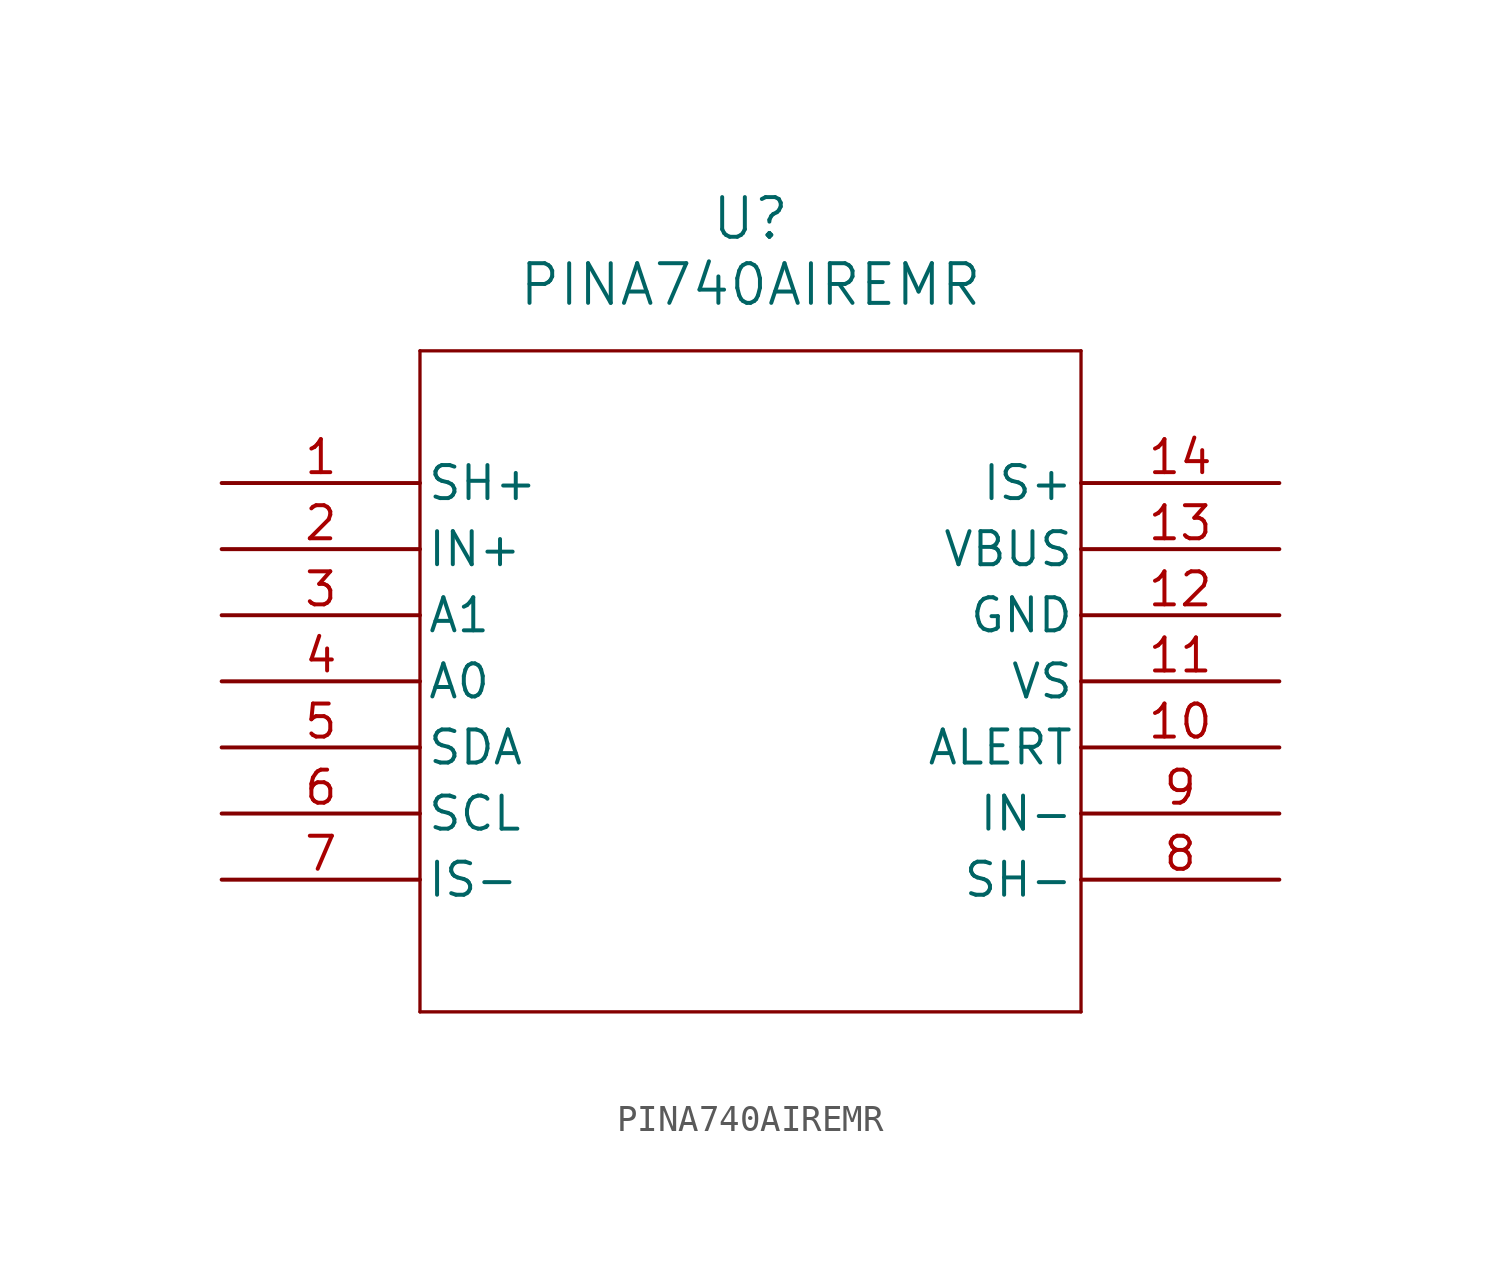
<source format=kicad_sym>
(kicad_symbol_lib
  (version 20211014)
  (generator kicad_symbol_editor)
  (symbol "PINA740AIREMR"
    (pin_names
      (offset 0.254))
    (property "Reference" "U"
      (at 20.32 10.16 0)
      (effects (font (size 1.524 1.524))))
    (property "Value" "PINA740AIREMR"
      (at 20.32 7.62 0)
      (effects (font (size 1.524 1.524))))
    (symbol "PINA740AIREMR_0_1"
      (polyline (pts (xy 7.62 5.08) (xy 7.62 -20.32)) (stroke (width 0.127) (type default) (color 0 0 0 0)) (fill (type none)))
      (polyline (pts (xy 7.62 -20.32) (xy 33.02 -20.32)) (stroke (width 0.127) (type default) (color 0 0 0 0)) (fill (type none)))
      (polyline (pts (xy 33.02 -20.32) (xy 33.02 5.08)) (stroke (width 0.127) (type default) (color 0 0 0 0)) (fill (type none)))
      (polyline (pts (xy 33.02 5.08) (xy 7.62 5.08)) (stroke (width 0.127) (type default) (color 0 0 0 0)) (fill (type none)))
      (pin output line (at 0 0 0) (length 7.62) (name "SH+" (effects (font (size 1.27 1.27)))) (number "1" (effects (font (size 1.27 1.27)))))
      (pin input line (at 0 -2.54 0) (length 7.62) (name "IN+" (effects (font (size 1.27 1.27)))) (number "2" (effects (font (size 1.27 1.27)))))
      (pin input line (at 0 -5.08 0) (length 7.62) (name "A1" (effects (font (size 1.27 1.27)))) (number "3" (effects (font (size 1.27 1.27)))))
      (pin input line (at 0 -7.62 0) (length 7.62) (name "A0" (effects (font (size 1.27 1.27)))) (number "4" (effects (font (size 1.27 1.27)))))
      (pin bidirectional line (at 0 -10.16 0) (length 7.62) (name "SDA" (effects (font (size 1.27 1.27)))) (number "5" (effects (font (size 1.27 1.27)))))
      (pin input line (at 0 -12.7 0) (length 7.62) (name "SCL" (effects (font (size 1.27 1.27)))) (number "6" (effects (font (size 1.27 1.27)))))
      (pin input line (at 0 -15.24 0) (length 7.62) (name "IS-" (effects (font (size 1.27 1.27)))) (number "7" (effects (font (size 1.27 1.27)))))
      (pin output line (at 40.64 -15.24 180) (length 7.62) (name "SH-" (effects (font (size 1.27 1.27)))) (number "8" (effects (font (size 1.27 1.27)))))
      (pin input line (at 40.64 -12.7 180) (length 7.62) (name "IN-" (effects (font (size 1.27 1.27)))) (number "9" (effects (font (size 1.27 1.27)))))
      (pin output line (at 40.64 -10.16 180) (length 7.62) (name "ALERT" (effects (font (size 1.27 1.27)))) (number "10" (effects (font (size 1.27 1.27)))))
      (pin power_in line (at 40.64 -7.62 180) (length 7.62) (name "VS" (effects (font (size 1.27 1.27)))) (number "11" (effects (font (size 1.27 1.27)))))
      (pin power_out line (at 40.64 -5.08 180) (length 7.62) (name "GND" (effects (font (size 1.27 1.27)))) (number "12" (effects (font (size 1.27 1.27)))))
      (pin input line (at 40.64 -2.54 180) (length 7.62) (name "VBUS" (effects (font (size 1.27 1.27)))) (number "13" (effects (font (size 1.27 1.27)))))
      (pin input line (at 40.64 0 180) (length 7.62) (name "IS+" (effects (font (size 1.27 1.27)))) (number "14" (effects (font (size 1.27 1.27))))))))
</source>
